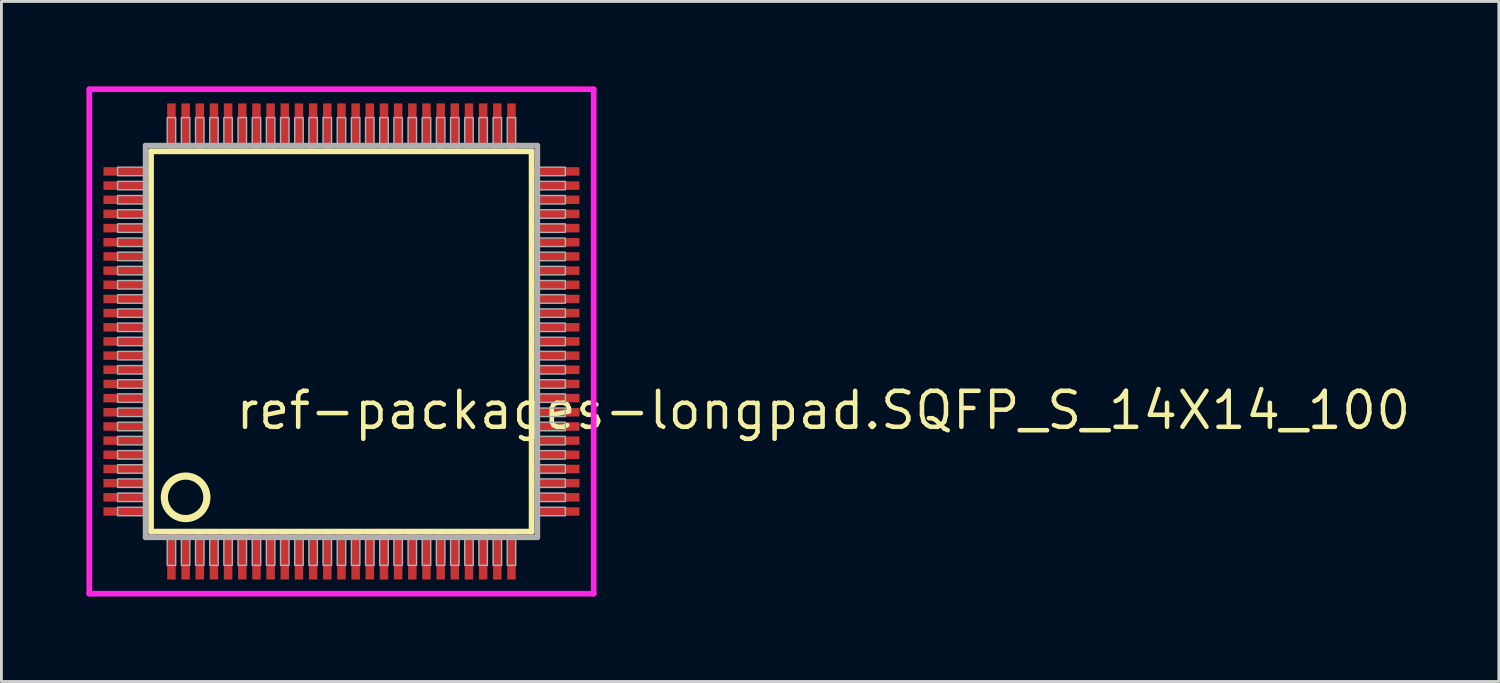
<source format=kicad_pcb>
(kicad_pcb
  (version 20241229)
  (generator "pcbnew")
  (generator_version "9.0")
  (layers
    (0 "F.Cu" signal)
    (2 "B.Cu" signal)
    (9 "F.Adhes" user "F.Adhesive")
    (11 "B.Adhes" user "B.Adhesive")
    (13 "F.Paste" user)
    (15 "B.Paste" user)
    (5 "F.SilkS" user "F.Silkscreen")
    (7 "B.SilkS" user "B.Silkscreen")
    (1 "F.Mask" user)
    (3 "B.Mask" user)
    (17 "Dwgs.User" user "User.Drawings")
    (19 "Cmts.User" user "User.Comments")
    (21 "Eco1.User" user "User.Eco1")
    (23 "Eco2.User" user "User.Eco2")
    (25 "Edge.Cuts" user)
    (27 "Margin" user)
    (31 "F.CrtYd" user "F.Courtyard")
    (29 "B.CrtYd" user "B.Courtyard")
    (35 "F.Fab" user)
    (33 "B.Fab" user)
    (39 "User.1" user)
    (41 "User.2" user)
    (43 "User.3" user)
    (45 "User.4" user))
  (footprint "ref-packages-longpad.SQFP_S_14X14_100"
    (layer "F.Cu")
    (at 9 9)
    (property "Reference" "ref-packages-longpad.SQFP_S_14X14_100" (at -3.81 3.175 0) (layer "F.SilkS") (effects (font (size 1.27 1.27) (thickness 0.16)) (justify left bottom)))
    (attr smd)
    (fp_line (start -6.72 -6.71) (end 6.71 -6.71) (stroke (width 0.203) (type default)) (layer "F.SilkS"))
    (fp_line (start -6.72 6.71) (end -6.72 -6.71) (stroke (width 0.203) (type default)) (layer "F.SilkS"))
    (fp_line (start 6.71 -6.71) (end 6.71 6.71) (stroke (width 0.203) (type default)) (layer "F.SilkS"))
    (fp_line (start 6.71 6.71) (end -6.72 6.71) (stroke (width 0.203) (type default)) (layer "F.SilkS"))
    (fp_circle (center -5.5 5.5) (end -4.75 5.5) (stroke (width 0.254) (type default)) (fill no) (layer "F.SilkS"))
    (fp_line (start -8.9 -8.9) (end 8.9 -8.9) (stroke (width 0.2) (type default)) (layer "F.CrtYd"))
    (fp_line (start -8.9 8.9) (end -8.9 -8.9) (stroke (width 0.2) (type default)) (layer "F.CrtYd"))
    (fp_line (start 8.9 -8.9) (end 8.9 8.9) (stroke (width 0.2) (type default)) (layer "F.CrtYd"))
    (fp_line (start 8.9 8.9) (end -8.9 8.9) (stroke (width 0.2) (type default)) (layer "F.CrtYd"))
    (fp_line (start -6.91 -6.91) (end -6.91 6.91) (stroke (width 0.203) (type default)) (layer "F.Fab"))
    (fp_line (start -6.91 6.91) (end 6.91 6.91) (stroke (width 0.203) (type default)) (layer "F.Fab"))
    (fp_line (start 6.91 -6.91) (end -6.91 -6.91) (stroke (width 0.203) (type default)) (layer "F.Fab"))
    (fp_line (start 6.91 6.91) (end 6.91 -6.91) (stroke (width 0.203) (type default)) (layer "F.Fab"))
    (fp_rect (start -7.9 -5.85) (end -6.95 -6.15) (stroke (width 0.05) (type default)) (fill no) (layer "F.Fab"))
    (fp_rect (start -7.9 -5.35) (end -6.95 -5.65) (stroke (width 0.05) (type default)) (fill no) (layer "F.Fab"))
    (fp_rect (start -7.9 -4.85) (end -6.95 -5.15) (stroke (width 0.05) (type default)) (fill no) (layer "F.Fab"))
    (fp_rect (start -7.9 -4.35) (end -6.95 -4.65) (stroke (width 0.05) (type default)) (fill no) (layer "F.Fab"))
    (fp_rect (start -7.9 -3.85) (end -6.95 -4.15) (stroke (width 0.05) (type default)) (fill no) (layer "F.Fab"))
    (fp_rect (start -7.9 -3.35) (end -6.95 -3.65) (stroke (width 0.05) (type default)) (fill no) (layer "F.Fab"))
    (fp_rect (start -7.9 -2.85) (end -6.95 -3.15) (stroke (width 0.05) (type default)) (fill no) (layer "F.Fab"))
    (fp_rect (start -7.9 -2.35) (end -6.95 -2.65) (stroke (width 0.05) (type default)) (fill no) (layer "F.Fab"))
    (fp_rect (start -7.9 -1.85) (end -6.95 -2.15) (stroke (width 0.05) (type default)) (fill no) (layer "F.Fab"))
    (fp_rect (start -7.9 -1.35) (end -6.95 -1.65) (stroke (width 0.05) (type default)) (fill no) (layer "F.Fab"))
    (fp_rect (start -7.9 -0.85) (end -6.95 -1.15) (stroke (width 0.05) (type default)) (fill no) (layer "F.Fab"))
    (fp_rect (start -7.9 -0.35) (end -6.95 -0.65) (stroke (width 0.05) (type default)) (fill no) (layer "F.Fab"))
    (fp_rect (start -7.9 0.15) (end -6.95 -0.15) (stroke (width 0.05) (type default)) (fill no) (layer "F.Fab"))
    (fp_rect (start -7.9 0.65) (end -6.95 0.35) (stroke (width 0.05) (type default)) (fill no) (layer "F.Fab"))
    (fp_rect (start -7.9 1.15) (end -6.95 0.85) (stroke (width 0.05) (type default)) (fill no) (layer "F.Fab"))
    (fp_rect (start -7.9 1.65) (end -6.95 1.35) (stroke (width 0.05) (type default)) (fill no) (layer "F.Fab"))
    (fp_rect (start -7.9 2.15) (end -6.95 1.85) (stroke (width 0.05) (type default)) (fill no) (layer "F.Fab"))
    (fp_rect (start -7.9 2.65) (end -6.95 2.35) (stroke (width 0.05) (type default)) (fill no) (layer "F.Fab"))
    (fp_rect (start -7.9 3.15) (end -6.95 2.85) (stroke (width 0.05) (type default)) (fill no) (layer "F.Fab"))
    (fp_rect (start -7.9 3.65) (end -6.95 3.35) (stroke (width 0.05) (type default)) (fill no) (layer "F.Fab"))
    (fp_rect (start -7.9 4.15) (end -6.95 3.85) (stroke (width 0.05) (type default)) (fill no) (layer "F.Fab"))
    (fp_rect (start -7.9 4.65) (end -6.95 4.35) (stroke (width 0.05) (type default)) (fill no) (layer "F.Fab"))
    (fp_rect (start -7.9 5.15) (end -6.95 4.85) (stroke (width 0.05) (type default)) (fill no) (layer "F.Fab"))
    (fp_rect (start -7.9 5.65) (end -6.95 5.35) (stroke (width 0.05) (type default)) (fill no) (layer "F.Fab"))
    (fp_rect (start -7.9 6.15) (end -6.95 5.85) (stroke (width 0.05) (type default)) (fill no) (layer "F.Fab"))
    (fp_rect (start -6.15 -6.95) (end -5.85 -7.9) (stroke (width 0.05) (type default)) (fill no) (layer "F.Fab"))
    (fp_rect (start -6.15 7.9) (end -5.85 6.95) (stroke (width 0.05) (type default)) (fill no) (layer "F.Fab"))
    (fp_rect (start -5.65 -6.95) (end -5.35 -7.9) (stroke (width 0.05) (type default)) (fill no) (layer "F.Fab"))
    (fp_rect (start -5.65 7.9) (end -5.35 6.95) (stroke (width 0.05) (type default)) (fill no) (layer "F.Fab"))
    (fp_rect (start -5.15 -6.95) (end -4.85 -7.9) (stroke (width 0.05) (type default)) (fill no) (layer "F.Fab"))
    (fp_rect (start -5.15 7.9) (end -4.85 6.95) (stroke (width 0.05) (type default)) (fill no) (layer "F.Fab"))
    (fp_rect (start -4.65 -6.95) (end -4.35 -7.9) (stroke (width 0.05) (type default)) (fill no) (layer "F.Fab"))
    (fp_rect (start -4.65 7.9) (end -4.35 6.95) (stroke (width 0.05) (type default)) (fill no) (layer "F.Fab"))
    (fp_rect (start -4.15 -6.95) (end -3.85 -7.9) (stroke (width 0.05) (type default)) (fill no) (layer "F.Fab"))
    (fp_rect (start -4.15 7.9) (end -3.85 6.95) (stroke (width 0.05) (type default)) (fill no) (layer "F.Fab"))
    (fp_rect (start -3.65 -6.95) (end -3.35 -7.9) (stroke (width 0.05) (type default)) (fill no) (layer "F.Fab"))
    (fp_rect (start -3.65 7.9) (end -3.35 6.95) (stroke (width 0.05) (type default)) (fill no) (layer "F.Fab"))
    (fp_rect (start -3.15 -6.95) (end -2.85 -7.9) (stroke (width 0.05) (type default)) (fill no) (layer "F.Fab"))
    (fp_rect (start -3.15 7.9) (end -2.85 6.95) (stroke (width 0.05) (type default)) (fill no) (layer "F.Fab"))
    (fp_rect (start -2.65 -6.95) (end -2.35 -7.9) (stroke (width 0.05) (type default)) (fill no) (layer "F.Fab"))
    (fp_rect (start -2.65 7.9) (end -2.35 6.95) (stroke (width 0.05) (type default)) (fill no) (layer "F.Fab"))
    (fp_rect (start -2.15 -6.95) (end -1.85 -7.9) (stroke (width 0.05) (type default)) (fill no) (layer "F.Fab"))
    (fp_rect (start -2.15 7.9) (end -1.85 6.95) (stroke (width 0.05) (type default)) (fill no) (layer "F.Fab"))
    (fp_rect (start -1.65 -6.95) (end -1.35 -7.9) (stroke (width 0.05) (type default)) (fill no) (layer "F.Fab"))
    (fp_rect (start -1.65 7.9) (end -1.35 6.95) (stroke (width 0.05) (type default)) (fill no) (layer "F.Fab"))
    (fp_rect (start -1.15 -6.95) (end -0.85 -7.9) (stroke (width 0.05) (type default)) (fill no) (layer "F.Fab"))
    (fp_rect (start -1.15 7.9) (end -0.85 6.95) (stroke (width 0.05) (type default)) (fill no) (layer "F.Fab"))
    (fp_rect (start -0.65 -6.95) (end -0.35 -7.9) (stroke (width 0.05) (type default)) (fill no) (layer "F.Fab"))
    (fp_rect (start -0.65 7.9) (end -0.35 6.95) (stroke (width 0.05) (type default)) (fill no) (layer "F.Fab"))
    (fp_rect (start -0.15 -6.95) (end 0.15 -7.9) (stroke (width 0.05) (type default)) (fill no) (layer "F.Fab"))
    (fp_rect (start -0.15 7.9) (end 0.15 6.95) (stroke (width 0.05) (type default)) (fill no) (layer "F.Fab"))
    (fp_rect (start 0.35 -6.95) (end 0.65 -7.9) (stroke (width 0.05) (type default)) (fill no) (layer "F.Fab"))
    (fp_rect (start 0.35 7.9) (end 0.65 6.95) (stroke (width 0.05) (type default)) (fill no) (layer "F.Fab"))
    (fp_rect (start 0.85 -6.95) (end 1.15 -7.9) (stroke (width 0.05) (type default)) (fill no) (layer "F.Fab"))
    (fp_rect (start 0.85 7.9) (end 1.15 6.95) (stroke (width 0.05) (type default)) (fill no) (layer "F.Fab"))
    (fp_rect (start 1.35 -6.95) (end 1.65 -7.9) (stroke (width 0.05) (type default)) (fill no) (layer "F.Fab"))
    (fp_rect (start 1.35 7.9) (end 1.65 6.95) (stroke (width 0.05) (type default)) (fill no) (layer "F.Fab"))
    (fp_rect (start 1.85 -6.95) (end 2.15 -7.9) (stroke (width 0.05) (type default)) (fill no) (layer "F.Fab"))
    (fp_rect (start 1.85 7.9) (end 2.15 6.95) (stroke (width 0.05) (type default)) (fill no) (layer "F.Fab"))
    (fp_rect (start 2.35 -6.95) (end 2.65 -7.9) (stroke (width 0.05) (type default)) (fill no) (layer "F.Fab"))
    (fp_rect (start 2.35 7.9) (end 2.65 6.95) (stroke (width 0.05) (type default)) (fill no) (layer "F.Fab"))
    (fp_rect (start 2.85 -6.95) (end 3.15 -7.9) (stroke (width 0.05) (type default)) (fill no) (layer "F.Fab"))
    (fp_rect (start 2.85 7.9) (end 3.15 6.95) (stroke (width 0.05) (type default)) (fill no) (layer "F.Fab"))
    (fp_rect (start 3.35 -6.95) (end 3.65 -7.9) (stroke (width 0.05) (type default)) (fill no) (layer "F.Fab"))
    (fp_rect (start 3.35 7.9) (end 3.65 6.95) (stroke (width 0.05) (type default)) (fill no) (layer "F.Fab"))
    (fp_rect (start 3.85 -6.95) (end 4.15 -7.9) (stroke (width 0.05) (type default)) (fill no) (layer "F.Fab"))
    (fp_rect (start 3.85 7.9) (end 4.15 6.95) (stroke (width 0.05) (type default)) (fill no) (layer "F.Fab"))
    (fp_rect (start 4.35 -6.95) (end 4.65 -7.9) (stroke (width 0.05) (type default)) (fill no) (layer "F.Fab"))
    (fp_rect (start 4.35 7.9) (end 4.65 6.95) (stroke (width 0.05) (type default)) (fill no) (layer "F.Fab"))
    (fp_rect (start 4.85 -6.95) (end 5.15 -7.9) (stroke (width 0.05) (type default)) (fill no) (layer "F.Fab"))
    (fp_rect (start 4.85 7.9) (end 5.15 6.95) (stroke (width 0.05) (type default)) (fill no) (layer "F.Fab"))
    (fp_rect (start 5.35 -6.95) (end 5.65 -7.9) (stroke (width 0.05) (type default)) (fill no) (layer "F.Fab"))
    (fp_rect (start 5.35 7.9) (end 5.65 6.95) (stroke (width 0.05) (type default)) (fill no) (layer "F.Fab"))
    (fp_rect (start 5.85 -6.95) (end 6.15 -7.9) (stroke (width 0.05) (type default)) (fill no) (layer "F.Fab"))
    (fp_rect (start 5.85 7.9) (end 6.15 6.95) (stroke (width 0.05) (type default)) (fill no) (layer "F.Fab"))
    (fp_rect (start 6.95 -5.85) (end 7.9 -6.15) (stroke (width 0.05) (type default)) (fill no) (layer "F.Fab"))
    (fp_rect (start 6.95 -5.35) (end 7.9 -5.65) (stroke (width 0.05) (type default)) (fill no) (layer "F.Fab"))
    (fp_rect (start 6.95 -4.85) (end 7.9 -5.15) (stroke (width 0.05) (type default)) (fill no) (layer "F.Fab"))
    (fp_rect (start 6.95 -4.35) (end 7.9 -4.65) (stroke (width 0.05) (type default)) (fill no) (layer "F.Fab"))
    (fp_rect (start 6.95 -3.85) (end 7.9 -4.15) (stroke (width 0.05) (type default)) (fill no) (layer "F.Fab"))
    (fp_rect (start 6.95 -3.35) (end 7.9 -3.65) (stroke (width 0.05) (type default)) (fill no) (layer "F.Fab"))
    (fp_rect (start 6.95 -2.85) (end 7.9 -3.15) (stroke (width 0.05) (type default)) (fill no) (layer "F.Fab"))
    (fp_rect (start 6.95 -2.35) (end 7.9 -2.65) (stroke (width 0.05) (type default)) (fill no) (layer "F.Fab"))
    (fp_rect (start 6.95 -1.85) (end 7.9 -2.15) (stroke (width 0.05) (type default)) (fill no) (layer "F.Fab"))
    (fp_rect (start 6.95 -1.35) (end 7.9 -1.65) (stroke (width 0.05) (type default)) (fill no) (layer "F.Fab"))
    (fp_rect (start 6.95 -0.85) (end 7.9 -1.15) (stroke (width 0.05) (type default)) (fill no) (layer "F.Fab"))
    (fp_rect (start 6.95 -0.35) (end 7.9 -0.65) (stroke (width 0.05) (type default)) (fill no) (layer "F.Fab"))
    (fp_rect (start 6.95 0.15) (end 7.9 -0.15) (stroke (width 0.05) (type default)) (fill no) (layer "F.Fab"))
    (fp_rect (start 6.95 0.65) (end 7.9 0.35) (stroke (width 0.05) (type default)) (fill no) (layer "F.Fab"))
    (fp_rect (start 6.95 1.15) (end 7.9 0.85) (stroke (width 0.05) (type default)) (fill no) (layer "F.Fab"))
    (fp_rect (start 6.95 1.65) (end 7.9 1.35) (stroke (width 0.05) (type default)) (fill no) (layer "F.Fab"))
    (fp_rect (start 6.95 2.15) (end 7.9 1.85) (stroke (width 0.05) (type default)) (fill no) (layer "F.Fab"))
    (fp_rect (start 6.95 2.65) (end 7.9 2.35) (stroke (width 0.05) (type default)) (fill no) (layer "F.Fab"))
    (fp_rect (start 6.95 3.15) (end 7.9 2.85) (stroke (width 0.05) (type default)) (fill no) (layer "F.Fab"))
    (fp_rect (start 6.95 3.65) (end 7.9 3.35) (stroke (width 0.05) (type default)) (fill no) (layer "F.Fab"))
    (fp_rect (start 6.95 4.15) (end 7.9 3.85) (stroke (width 0.05) (type default)) (fill no) (layer "F.Fab"))
    (fp_rect (start 6.95 4.65) (end 7.9 4.35) (stroke (width 0.05) (type default)) (fill no) (layer "F.Fab"))
    (fp_rect (start 6.95 5.15) (end 7.9 4.85) (stroke (width 0.05) (type default)) (fill no) (layer "F.Fab"))
    (fp_rect (start 6.95 5.65) (end 7.9 5.35) (stroke (width 0.05) (type default)) (fill no) (layer "F.Fab"))
    (fp_rect (start 6.95 6.15) (end 7.9 5.85) (stroke (width 0.05) (type default)) (fill no) (layer "F.Fab"))
    (pad "1" smd roundrect (at -6 7.6) (size 0.3 1.6) (layers "F.Cu" "F.Mask" "F.Paste") (roundrect_rratio 0.01))
    (pad "2" smd roundrect (at -5.5 7.6) (size 0.3 1.6) (layers "F.Cu" "F.Mask" "F.Paste") (roundrect_rratio 0.01))
    (pad "3" smd roundrect (at -5 7.6) (size 0.3 1.6) (layers "F.Cu" "F.Mask" "F.Paste") (roundrect_rratio 0.01))
    (pad "4" smd roundrect (at -4.5 7.6) (size 0.3 1.6) (layers "F.Cu" "F.Mask" "F.Paste") (roundrect_rratio 0.01))
    (pad "5" smd roundrect (at -4 7.6) (size 0.3 1.6) (layers "F.Cu" "F.Mask" "F.Paste") (roundrect_rratio 0.01))
    (pad "6" smd roundrect (at -3.5 7.6) (size 0.3 1.6) (layers "F.Cu" "F.Mask" "F.Paste") (roundrect_rratio 0.01))
    (pad "7" smd roundrect (at -3 7.6) (size 0.3 1.6) (layers "F.Cu" "F.Mask" "F.Paste") (roundrect_rratio 0.01))
    (pad "8" smd roundrect (at -2.5 7.6) (size 0.3 1.6) (layers "F.Cu" "F.Mask" "F.Paste") (roundrect_rratio 0.01))
    (pad "9" smd roundrect (at -2 7.6) (size 0.3 1.6) (layers "F.Cu" "F.Mask" "F.Paste") (roundrect_rratio 0.01))
    (pad "10" smd roundrect (at -1.5 7.6) (size 0.3 1.6) (layers "F.Cu" "F.Mask" "F.Paste") (roundrect_rratio 0.01))
    (pad "11" smd roundrect (at -1 7.6) (size 0.3 1.6) (layers "F.Cu" "F.Mask" "F.Paste") (roundrect_rratio 0.01))
    (pad "12" smd roundrect (at -0.5 7.6) (size 0.3 1.6) (layers "F.Cu" "F.Mask" "F.Paste") (roundrect_rratio 0.01))
    (pad "13" smd roundrect (at 0 7.6) (size 0.3 1.6) (layers "F.Cu" "F.Mask" "F.Paste") (roundrect_rratio 0.01))
    (pad "14" smd roundrect (at 0.5 7.6) (size 0.3 1.6) (layers "F.Cu" "F.Mask" "F.Paste") (roundrect_rratio 0.01))
    (pad "15" smd roundrect (at 1 7.6) (size 0.3 1.6) (layers "F.Cu" "F.Mask" "F.Paste") (roundrect_rratio 0.01))
    (pad "16" smd roundrect (at 1.5 7.6) (size 0.3 1.6) (layers "F.Cu" "F.Mask" "F.Paste") (roundrect_rratio 0.01))
    (pad "17" smd roundrect (at 2 7.6) (size 0.3 1.6) (layers "F.Cu" "F.Mask" "F.Paste") (roundrect_rratio 0.01))
    (pad "18" smd roundrect (at 2.5 7.6) (size 0.3 1.6) (layers "F.Cu" "F.Mask" "F.Paste") (roundrect_rratio 0.01))
    (pad "19" smd roundrect (at 3 7.6) (size 0.3 1.6) (layers "F.Cu" "F.Mask" "F.Paste") (roundrect_rratio 0.01))
    (pad "20" smd roundrect (at 3.5 7.6) (size 0.3 1.6) (layers "F.Cu" "F.Mask" "F.Paste") (roundrect_rratio 0.01))
    (pad "21" smd roundrect (at 4 7.6) (size 0.3 1.6) (layers "F.Cu" "F.Mask" "F.Paste") (roundrect_rratio 0.01))
    (pad "22" smd roundrect (at 4.5 7.6) (size 0.3 1.6) (layers "F.Cu" "F.Mask" "F.Paste") (roundrect_rratio 0.01))
    (pad "23" smd roundrect (at 5 7.6) (size 0.3 1.6) (layers "F.Cu" "F.Mask" "F.Paste") (roundrect_rratio 0.01))
    (pad "24" smd roundrect (at 5.5 7.6) (size 0.3 1.6) (layers "F.Cu" "F.Mask" "F.Paste") (roundrect_rratio 0.01))
    (pad "25" smd roundrect (at 6 7.6) (size 0.3 1.6) (layers "F.Cu" "F.Mask" "F.Paste") (roundrect_rratio 0.01))
    (pad "26" smd roundrect (at 7.6 6) (size 1.6 0.3) (layers "F.Cu" "F.Mask" "F.Paste") (roundrect_rratio 0.01))
    (pad "27" smd roundrect (at 7.6 5.5) (size 1.6 0.3) (layers "F.Cu" "F.Mask" "F.Paste") (roundrect_rratio 0.01))
    (pad "28" smd roundrect (at 7.6 5) (size 1.6 0.3) (layers "F.Cu" "F.Mask" "F.Paste") (roundrect_rratio 0.01))
    (pad "29" smd roundrect (at 7.6 4.5) (size 1.6 0.3) (layers "F.Cu" "F.Mask" "F.Paste") (roundrect_rratio 0.01))
    (pad "30" smd roundrect (at 7.6 4) (size 1.6 0.3) (layers "F.Cu" "F.Mask" "F.Paste") (roundrect_rratio 0.01))
    (pad "31" smd roundrect (at 7.6 3.5) (size 1.6 0.3) (layers "F.Cu" "F.Mask" "F.Paste") (roundrect_rratio 0.01))
    (pad "32" smd roundrect (at 7.6 3) (size 1.6 0.3) (layers "F.Cu" "F.Mask" "F.Paste") (roundrect_rratio 0.01))
    (pad "33" smd roundrect (at 7.6 2.5) (size 1.6 0.3) (layers "F.Cu" "F.Mask" "F.Paste") (roundrect_rratio 0.01))
    (pad "34" smd roundrect (at 7.6 2) (size 1.6 0.3) (layers "F.Cu" "F.Mask" "F.Paste") (roundrect_rratio 0.01))
    (pad "35" smd roundrect (at 7.6 1.5) (size 1.6 0.3) (layers "F.Cu" "F.Mask" "F.Paste") (roundrect_rratio 0.01))
    (pad "36" smd roundrect (at 7.6 1) (size 1.6 0.3) (layers "F.Cu" "F.Mask" "F.Paste") (roundrect_rratio 0.01))
    (pad "37" smd roundrect (at 7.6 0.5) (size 1.6 0.3) (layers "F.Cu" "F.Mask" "F.Paste") (roundrect_rratio 0.01))
    (pad "38" smd roundrect (at 7.6 0) (size 1.6 0.3) (layers "F.Cu" "F.Mask" "F.Paste") (roundrect_rratio 0.01))
    (pad "39" smd roundrect (at 7.6 -0.5) (size 1.6 0.3) (layers "F.Cu" "F.Mask" "F.Paste") (roundrect_rratio 0.01))
    (pad "40" smd roundrect (at 7.6 -1) (size 1.6 0.3) (layers "F.Cu" "F.Mask" "F.Paste") (roundrect_rratio 0.01))
    (pad "41" smd roundrect (at 7.6 -1.5) (size 1.6 0.3) (layers "F.Cu" "F.Mask" "F.Paste") (roundrect_rratio 0.01))
    (pad "42" smd roundrect (at 7.6 -2) (size 1.6 0.3) (layers "F.Cu" "F.Mask" "F.Paste") (roundrect_rratio 0.01))
    (pad "43" smd roundrect (at 7.6 -2.5) (size 1.6 0.3) (layers "F.Cu" "F.Mask" "F.Paste") (roundrect_rratio 0.01))
    (pad "44" smd roundrect (at 7.6 -3) (size 1.6 0.3) (layers "F.Cu" "F.Mask" "F.Paste") (roundrect_rratio 0.01))
    (pad "45" smd roundrect (at 7.6 -3.5) (size 1.6 0.3) (layers "F.Cu" "F.Mask" "F.Paste") (roundrect_rratio 0.01))
    (pad "46" smd roundrect (at 7.6 -4) (size 1.6 0.3) (layers "F.Cu" "F.Mask" "F.Paste") (roundrect_rratio 0.01))
    (pad "47" smd roundrect (at 7.6 -4.5) (size 1.6 0.3) (layers "F.Cu" "F.Mask" "F.Paste") (roundrect_rratio 0.01))
    (pad "48" smd roundrect (at 7.6 -5) (size 1.6 0.3) (layers "F.Cu" "F.Mask" "F.Paste") (roundrect_rratio 0.01))
    (pad "49" smd roundrect (at 7.6 -5.5) (size 1.6 0.3) (layers "F.Cu" "F.Mask" "F.Paste") (roundrect_rratio 0.01))
    (pad "50" smd roundrect (at 7.6 -6) (size 1.6 0.3) (layers "F.Cu" "F.Mask" "F.Paste") (roundrect_rratio 0.01))
    (pad "51" smd roundrect (at 6 -7.6) (size 0.3 1.6) (layers "F.Cu" "F.Mask" "F.Paste") (roundrect_rratio 0.01))
    (pad "52" smd roundrect (at 5.5 -7.6) (size 0.3 1.6) (layers "F.Cu" "F.Mask" "F.Paste") (roundrect_rratio 0.01))
    (pad "53" smd roundrect (at 5 -7.6) (size 0.3 1.6) (layers "F.Cu" "F.Mask" "F.Paste") (roundrect_rratio 0.01))
    (pad "54" smd roundrect (at 4.5 -7.6) (size 0.3 1.6) (layers "F.Cu" "F.Mask" "F.Paste") (roundrect_rratio 0.01))
    (pad "55" smd roundrect (at 4 -7.6) (size 0.3 1.6) (layers "F.Cu" "F.Mask" "F.Paste") (roundrect_rratio 0.01))
    (pad "56" smd roundrect (at 3.5 -7.6) (size 0.3 1.6) (layers "F.Cu" "F.Mask" "F.Paste") (roundrect_rratio 0.01))
    (pad "57" smd roundrect (at 3 -7.6) (size 0.3 1.6) (layers "F.Cu" "F.Mask" "F.Paste") (roundrect_rratio 0.01))
    (pad "58" smd roundrect (at 2.5 -7.6) (size 0.3 1.6) (layers "F.Cu" "F.Mask" "F.Paste") (roundrect_rratio 0.01))
    (pad "59" smd roundrect (at 2 -7.6) (size 0.3 1.6) (layers "F.Cu" "F.Mask" "F.Paste") (roundrect_rratio 0.01))
    (pad "60" smd roundrect (at 1.5 -7.6) (size 0.3 1.6) (layers "F.Cu" "F.Mask" "F.Paste") (roundrect_rratio 0.01))
    (pad "61" smd roundrect (at 1 -7.6) (size 0.3 1.6) (layers "F.Cu" "F.Mask" "F.Paste") (roundrect_rratio 0.01))
    (pad "62" smd roundrect (at 0.5 -7.6) (size 0.3 1.6) (layers "F.Cu" "F.Mask" "F.Paste") (roundrect_rratio 0.01))
    (pad "63" smd roundrect (at 0 -7.6) (size 0.3 1.6) (layers "F.Cu" "F.Mask" "F.Paste") (roundrect_rratio 0.01))
    (pad "64" smd roundrect (at -0.5 -7.6) (size 0.3 1.6) (layers "F.Cu" "F.Mask" "F.Paste") (roundrect_rratio 0.01))
    (pad "65" smd roundrect (at -1 -7.6) (size 0.3 1.6) (layers "F.Cu" "F.Mask" "F.Paste") (roundrect_rratio 0.01))
    (pad "66" smd roundrect (at -1.5 -7.6) (size 0.3 1.6) (layers "F.Cu" "F.Mask" "F.Paste") (roundrect_rratio 0.01))
    (pad "67" smd roundrect (at -2 -7.6) (size 0.3 1.6) (layers "F.Cu" "F.Mask" "F.Paste") (roundrect_rratio 0.01))
    (pad "68" smd roundrect (at -2.5 -7.6) (size 0.3 1.6) (layers "F.Cu" "F.Mask" "F.Paste") (roundrect_rratio 0.01))
    (pad "69" smd roundrect (at -3 -7.6) (size 0.3 1.6) (layers "F.Cu" "F.Mask" "F.Paste") (roundrect_rratio 0.01))
    (pad "70" smd roundrect (at -3.5 -7.6) (size 0.3 1.6) (layers "F.Cu" "F.Mask" "F.Paste") (roundrect_rratio 0.01))
    (pad "71" smd roundrect (at -4 -7.6) (size 0.3 1.6) (layers "F.Cu" "F.Mask" "F.Paste") (roundrect_rratio 0.01))
    (pad "72" smd roundrect (at -4.5 -7.6) (size 0.3 1.6) (layers "F.Cu" "F.Mask" "F.Paste") (roundrect_rratio 0.01))
    (pad "73" smd roundrect (at -5 -7.6) (size 0.3 1.6) (layers "F.Cu" "F.Mask" "F.Paste") (roundrect_rratio 0.01))
    (pad "74" smd roundrect (at -5.5 -7.6) (size 0.3 1.6) (layers "F.Cu" "F.Mask" "F.Paste") (roundrect_rratio 0.01))
    (pad "75" smd roundrect (at -6 -7.6) (size 0.3 1.6) (layers "F.Cu" "F.Mask" "F.Paste") (roundrect_rratio 0.01))
    (pad "76" smd roundrect (at -7.6 -6) (size 1.6 0.3) (layers "F.Cu" "F.Mask" "F.Paste") (roundrect_rratio 0.01))
    (pad "77" smd roundrect (at -7.6 -5.5) (size 1.6 0.3) (layers "F.Cu" "F.Mask" "F.Paste") (roundrect_rratio 0.01))
    (pad "78" smd roundrect (at -7.6 -5) (size 1.6 0.3) (layers "F.Cu" "F.Mask" "F.Paste") (roundrect_rratio 0.01))
    (pad "79" smd roundrect (at -7.6 -4.5) (size 1.6 0.3) (layers "F.Cu" "F.Mask" "F.Paste") (roundrect_rratio 0.01))
    (pad "80" smd roundrect (at -7.6 -4) (size 1.6 0.3) (layers "F.Cu" "F.Mask" "F.Paste") (roundrect_rratio 0.01))
    (pad "81" smd roundrect (at -7.6 -3.5) (size 1.6 0.3) (layers "F.Cu" "F.Mask" "F.Paste") (roundrect_rratio 0.01))
    (pad "82" smd roundrect (at -7.6 -3) (size 1.6 0.3) (layers "F.Cu" "F.Mask" "F.Paste") (roundrect_rratio 0.01))
    (pad "83" smd roundrect (at -7.6 -2.5) (size 1.6 0.3) (layers "F.Cu" "F.Mask" "F.Paste") (roundrect_rratio 0.01))
    (pad "84" smd roundrect (at -7.6 -2) (size 1.6 0.3) (layers "F.Cu" "F.Mask" "F.Paste") (roundrect_rratio 0.01))
    (pad "85" smd roundrect (at -7.6 -1.5) (size 1.6 0.3) (layers "F.Cu" "F.Mask" "F.Paste") (roundrect_rratio 0.01))
    (pad "86" smd roundrect (at -7.6 -1) (size 1.6 0.3) (layers "F.Cu" "F.Mask" "F.Paste") (roundrect_rratio 0.01))
    (pad "87" smd roundrect (at -7.6 -0.5) (size 1.6 0.3) (layers "F.Cu" "F.Mask" "F.Paste") (roundrect_rratio 0.01))
    (pad "88" smd roundrect (at -7.6 0) (size 1.6 0.3) (layers "F.Cu" "F.Mask" "F.Paste") (roundrect_rratio 0.01))
    (pad "89" smd roundrect (at -7.6 0.5) (size 1.6 0.3) (layers "F.Cu" "F.Mask" "F.Paste") (roundrect_rratio 0.01))
    (pad "90" smd roundrect (at -7.6 1) (size 1.6 0.3) (layers "F.Cu" "F.Mask" "F.Paste") (roundrect_rratio 0.01))
    (pad "91" smd roundrect (at -7.6 1.5) (size 1.6 0.3) (layers "F.Cu" "F.Mask" "F.Paste") (roundrect_rratio 0.01))
    (pad "92" smd roundrect (at -7.6 2) (size 1.6 0.3) (layers "F.Cu" "F.Mask" "F.Paste") (roundrect_rratio 0.01))
    (pad "93" smd roundrect (at -7.6 2.5) (size 1.6 0.3) (layers "F.Cu" "F.Mask" "F.Paste") (roundrect_rratio 0.01))
    (pad "94" smd roundrect (at -7.6 3) (size 1.6 0.3) (layers "F.Cu" "F.Mask" "F.Paste") (roundrect_rratio 0.01))
    (pad "95" smd roundrect (at -7.6 3.5) (size 1.6 0.3) (layers "F.Cu" "F.Mask" "F.Paste") (roundrect_rratio 0.01))
    (pad "96" smd roundrect (at -7.6 4) (size 1.6 0.3) (layers "F.Cu" "F.Mask" "F.Paste") (roundrect_rratio 0.01))
    (pad "97" smd roundrect (at -7.6 4.5) (size 1.6 0.3) (layers "F.Cu" "F.Mask" "F.Paste") (roundrect_rratio 0.01))
    (pad "98" smd roundrect (at -7.6 5) (size 1.6 0.3) (layers "F.Cu" "F.Mask" "F.Paste") (roundrect_rratio 0.01))
    (pad "99" smd roundrect (at -7.6 5.5) (size 1.6 0.3) (layers "F.Cu" "F.Mask" "F.Paste") (roundrect_rratio 0.01))
    (pad "100" smd roundrect (at -7.6 6) (size 1.6 0.3) (layers "F.Cu" "F.Mask" "F.Paste") (roundrect_rratio 0.01)))
  (gr_rect
    (start -3 -3)
    (end 49.842 21)
    (stroke (width 0.1) (type default))
    (fill no)
    (layer "Edge.Cuts")))
</source>
